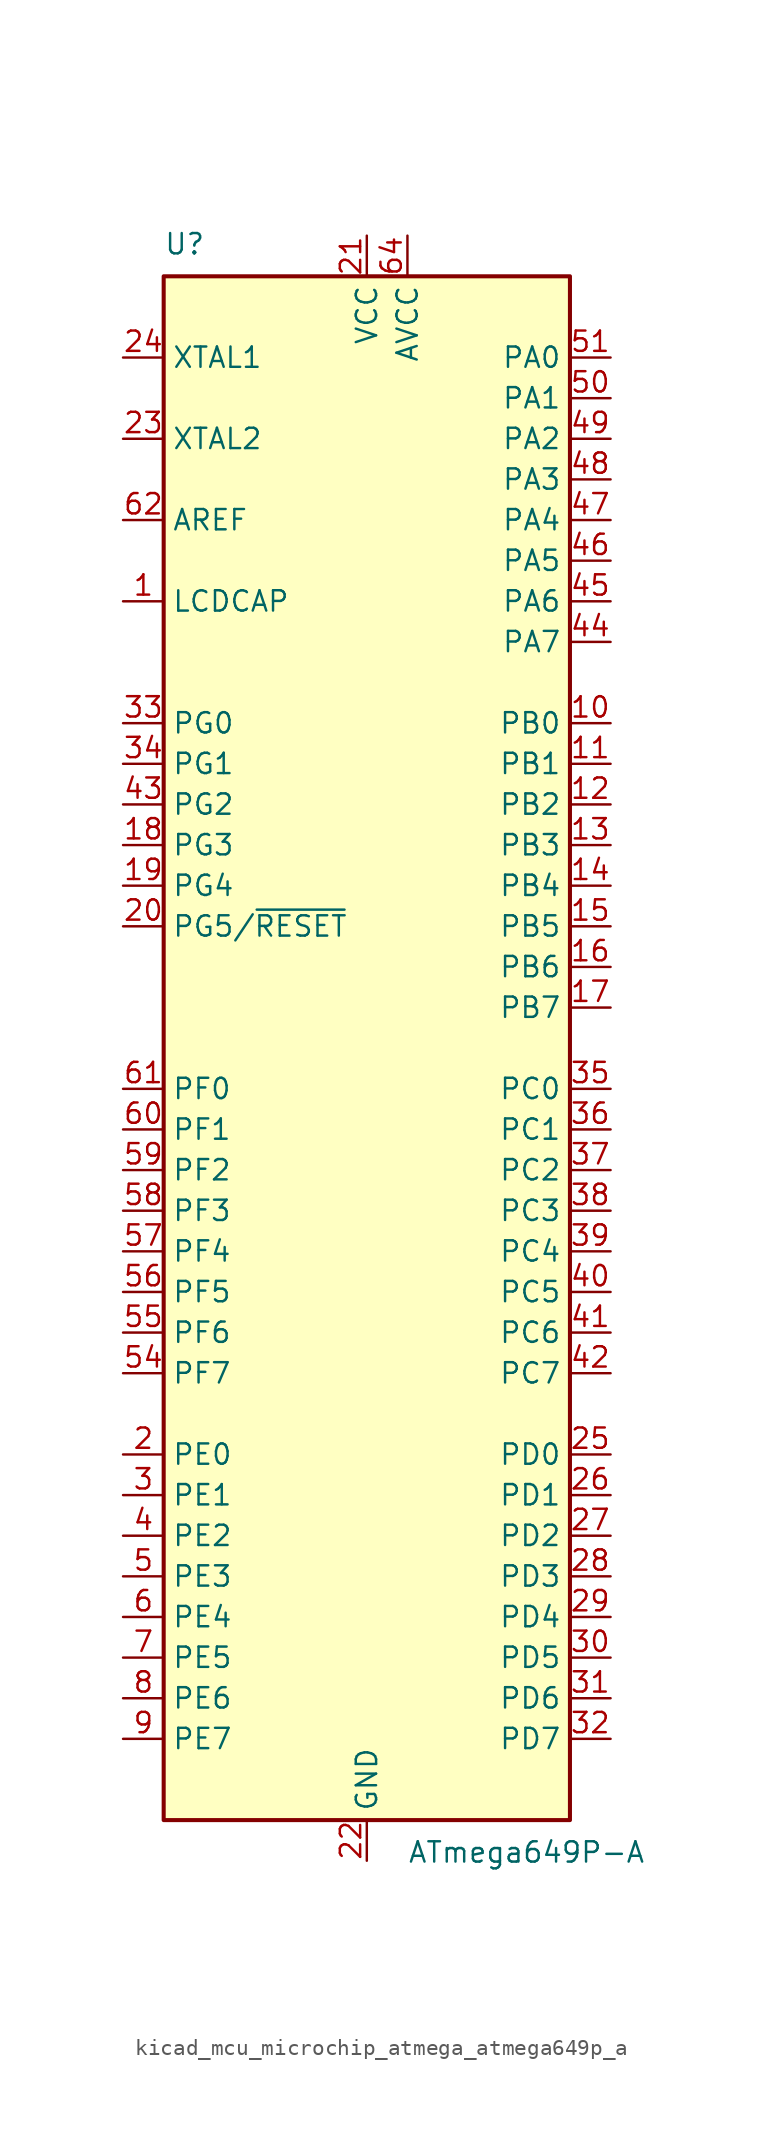
<source format=kicad_sym>
(kicad_symbol_lib
  (version 20220914)
  (generator kicad_symbol_editor)
  (symbol "kicad_mcu_microchip_atmega_atmega649p_a"
    (property "Reference" "U"
      (at -12.7 49.53 0)
      (effects (font (size 1.27 1.27)) (justify left bottom)))
    (property "Value" "ATmega649P-A"
      (at 2.54 -49.53 0)
      (effects (font (size 1.27 1.27)) (justify left top)))
    (symbol "kicad_mcu_microchip_atmega_atmega649p_a_0_1"
      (rectangle (start -12.7 -48.26) (end 12.7 48.26) (stroke (width 0.254) (type default)) (fill (type background))))
    (symbol "kicad_mcu_microchip_atmega_atmega649p_a_1_1"
      (pin passive line (at -15.24 27.94 0) (length 2.54) (name "LCDCAP" (effects (font (size 1.27 1.27)))) (number "1" (effects (font (size 1.27 1.27)))))
      (pin bidirectional line (at 15.24 20.32 180) (length 2.54) (name "PB0" (effects (font (size 1.27 1.27)))) (number "10" (effects (font (size 1.27 1.27)))))
      (pin bidirectional line (at 15.24 17.78 180) (length 2.54) (name "PB1" (effects (font (size 1.27 1.27)))) (number "11" (effects (font (size 1.27 1.27)))))
      (pin bidirectional line (at 15.24 15.24 180) (length 2.54) (name "PB2" (effects (font (size 1.27 1.27)))) (number "12" (effects (font (size 1.27 1.27)))))
      (pin bidirectional line (at 15.24 12.7 180) (length 2.54) (name "PB3" (effects (font (size 1.27 1.27)))) (number "13" (effects (font (size 1.27 1.27)))))
      (pin bidirectional line (at 15.24 10.16 180) (length 2.54) (name "PB4" (effects (font (size 1.27 1.27)))) (number "14" (effects (font (size 1.27 1.27)))))
      (pin bidirectional line (at 15.24 7.62 180) (length 2.54) (name "PB5" (effects (font (size 1.27 1.27)))) (number "15" (effects (font (size 1.27 1.27)))))
      (pin bidirectional line (at 15.24 5.08 180) (length 2.54) (name "PB6" (effects (font (size 1.27 1.27)))) (number "16" (effects (font (size 1.27 1.27)))))
      (pin bidirectional line (at 15.24 2.54 180) (length 2.54) (name "PB7" (effects (font (size 1.27 1.27)))) (number "17" (effects (font (size 1.27 1.27)))))
      (pin bidirectional line (at -15.24 12.7 0) (length 2.54) (name "PG3" (effects (font (size 1.27 1.27)))) (number "18" (effects (font (size 1.27 1.27)))))
      (pin bidirectional line (at -15.24 10.16 0) (length 2.54) (name "PG4" (effects (font (size 1.27 1.27)))) (number "19" (effects (font (size 1.27 1.27)))))
      (pin bidirectional line (at -15.24 -25.4 0) (length 2.54) (name "PE0" (effects (font (size 1.27 1.27)))) (number "2" (effects (font (size 1.27 1.27)))))
      (pin bidirectional line (at -15.24 7.62 0) (length 2.54) (name "PG5/~{RESET}" (effects (font (size 1.27 1.27)))) (number "20" (effects (font (size 1.27 1.27)))))
      (pin power_in line (at 0 50.8 270) (length 2.54) (name "VCC" (effects (font (size 1.27 1.27)))) (number "21" (effects (font (size 1.27 1.27)))))
      (pin power_in line (at 0 -50.8 90) (length 2.54) (name "GND" (effects (font (size 1.27 1.27)))) (number "22" (effects (font (size 1.27 1.27)))))
      (pin output line (at -15.24 38.1 0) (length 2.54) (name "XTAL2" (effects (font (size 1.27 1.27)))) (number "23" (effects (font (size 1.27 1.27)))))
      (pin input line (at -15.24 43.18 0) (length 2.54) (name "XTAL1" (effects (font (size 1.27 1.27)))) (number "24" (effects (font (size 1.27 1.27)))))
      (pin bidirectional line (at 15.24 -25.4 180) (length 2.54) (name "PD0" (effects (font (size 1.27 1.27)))) (number "25" (effects (font (size 1.27 1.27)))))
      (pin bidirectional line (at 15.24 -27.94 180) (length 2.54) (name "PD1" (effects (font (size 1.27 1.27)))) (number "26" (effects (font (size 1.27 1.27)))))
      (pin bidirectional line (at 15.24 -30.48 180) (length 2.54) (name "PD2" (effects (font (size 1.27 1.27)))) (number "27" (effects (font (size 1.27 1.27)))))
      (pin bidirectional line (at 15.24 -33.02 180) (length 2.54) (name "PD3" (effects (font (size 1.27 1.27)))) (number "28" (effects (font (size 1.27 1.27)))))
      (pin bidirectional line (at 15.24 -35.56 180) (length 2.54) (name "PD4" (effects (font (size 1.27 1.27)))) (number "29" (effects (font (size 1.27 1.27)))))
      (pin bidirectional line (at -15.24 -27.94 0) (length 2.54) (name "PE1" (effects (font (size 1.27 1.27)))) (number "3" (effects (font (size 1.27 1.27)))))
      (pin bidirectional line (at 15.24 -38.1 180) (length 2.54) (name "PD5" (effects (font (size 1.27 1.27)))) (number "30" (effects (font (size 1.27 1.27)))))
      (pin bidirectional line (at 15.24 -40.64 180) (length 2.54) (name "PD6" (effects (font (size 1.27 1.27)))) (number "31" (effects (font (size 1.27 1.27)))))
      (pin bidirectional line (at 15.24 -43.18 180) (length 2.54) (name "PD7" (effects (font (size 1.27 1.27)))) (number "32" (effects (font (size 1.27 1.27)))))
      (pin bidirectional line (at -15.24 20.32 0) (length 2.54) (name "PG0" (effects (font (size 1.27 1.27)))) (number "33" (effects (font (size 1.27 1.27)))))
      (pin bidirectional line (at -15.24 17.78 0) (length 2.54) (name "PG1" (effects (font (size 1.27 1.27)))) (number "34" (effects (font (size 1.27 1.27)))))
      (pin bidirectional line (at 15.24 -2.54 180) (length 2.54) (name "PC0" (effects (font (size 1.27 1.27)))) (number "35" (effects (font (size 1.27 1.27)))))
      (pin bidirectional line (at 15.24 -5.08 180) (length 2.54) (name "PC1" (effects (font (size 1.27 1.27)))) (number "36" (effects (font (size 1.27 1.27)))))
      (pin bidirectional line (at 15.24 -7.62 180) (length 2.54) (name "PC2" (effects (font (size 1.27 1.27)))) (number "37" (effects (font (size 1.27 1.27)))))
      (pin bidirectional line (at 15.24 -10.16 180) (length 2.54) (name "PC3" (effects (font (size 1.27 1.27)))) (number "38" (effects (font (size 1.27 1.27)))))
      (pin bidirectional line (at 15.24 -12.7 180) (length 2.54) (name "PC4" (effects (font (size 1.27 1.27)))) (number "39" (effects (font (size 1.27 1.27)))))
      (pin bidirectional line (at -15.24 -30.48 0) (length 2.54) (name "PE2" (effects (font (size 1.27 1.27)))) (number "4" (effects (font (size 1.27 1.27)))))
      (pin bidirectional line (at 15.24 -15.24 180) (length 2.54) (name "PC5" (effects (font (size 1.27 1.27)))) (number "40" (effects (font (size 1.27 1.27)))))
      (pin bidirectional line (at 15.24 -17.78 180) (length 2.54) (name "PC6" (effects (font (size 1.27 1.27)))) (number "41" (effects (font (size 1.27 1.27)))))
      (pin bidirectional line (at 15.24 -20.32 180) (length 2.54) (name "PC7" (effects (font (size 1.27 1.27)))) (number "42" (effects (font (size 1.27 1.27)))))
      (pin bidirectional line (at -15.24 15.24 0) (length 2.54) (name "PG2" (effects (font (size 1.27 1.27)))) (number "43" (effects (font (size 1.27 1.27)))))
      (pin bidirectional line (at 15.24 25.4 180) (length 2.54) (name "PA7" (effects (font (size 1.27 1.27)))) (number "44" (effects (font (size 1.27 1.27)))))
      (pin bidirectional line (at 15.24 27.94 180) (length 2.54) (name "PA6" (effects (font (size 1.27 1.27)))) (number "45" (effects (font (size 1.27 1.27)))))
      (pin bidirectional line (at 15.24 30.48 180) (length 2.54) (name "PA5" (effects (font (size 1.27 1.27)))) (number "46" (effects (font (size 1.27 1.27)))))
      (pin bidirectional line (at 15.24 33.02 180) (length 2.54) (name "PA4" (effects (font (size 1.27 1.27)))) (number "47" (effects (font (size 1.27 1.27)))))
      (pin bidirectional line (at 15.24 35.56 180) (length 2.54) (name "PA3" (effects (font (size 1.27 1.27)))) (number "48" (effects (font (size 1.27 1.27)))))
      (pin bidirectional line (at 15.24 38.1 180) (length 2.54) (name "PA2" (effects (font (size 1.27 1.27)))) (number "49" (effects (font (size 1.27 1.27)))))
      (pin bidirectional line (at -15.24 -33.02 0) (length 2.54) (name "PE3" (effects (font (size 1.27 1.27)))) (number "5" (effects (font (size 1.27 1.27)))))
      (pin bidirectional line (at 15.24 40.64 180) (length 2.54) (name "PA1" (effects (font (size 1.27 1.27)))) (number "50" (effects (font (size 1.27 1.27)))))
      (pin bidirectional line (at 15.24 43.18 180) (length 2.54) (name "PA0" (effects (font (size 1.27 1.27)))) (number "51" (effects (font (size 1.27 1.27)))))
      (pin passive line (at 0 50.8 270) (length 2.54) hide (name "VCC" (effects (font (size 1.27 1.27)))) (number "52" (effects (font (size 1.27 1.27)))))
      (pin passive line (at 0 -50.8 90) (length 2.54) hide (name "GND" (effects (font (size 1.27 1.27)))) (number "53" (effects (font (size 1.27 1.27)))))
      (pin bidirectional line (at -15.24 -20.32 0) (length 2.54) (name "PF7" (effects (font (size 1.27 1.27)))) (number "54" (effects (font (size 1.27 1.27)))))
      (pin bidirectional line (at -15.24 -17.78 0) (length 2.54) (name "PF6" (effects (font (size 1.27 1.27)))) (number "55" (effects (font (size 1.27 1.27)))))
      (pin bidirectional line (at -15.24 -15.24 0) (length 2.54) (name "PF5" (effects (font (size 1.27 1.27)))) (number "56" (effects (font (size 1.27 1.27)))))
      (pin bidirectional line (at -15.24 -12.7 0) (length 2.54) (name "PF4" (effects (font (size 1.27 1.27)))) (number "57" (effects (font (size 1.27 1.27)))))
      (pin bidirectional line (at -15.24 -10.16 0) (length 2.54) (name "PF3" (effects (font (size 1.27 1.27)))) (number "58" (effects (font (size 1.27 1.27)))))
      (pin bidirectional line (at -15.24 -7.62 0) (length 2.54) (name "PF2" (effects (font (size 1.27 1.27)))) (number "59" (effects (font (size 1.27 1.27)))))
      (pin bidirectional line (at -15.24 -35.56 0) (length 2.54) (name "PE4" (effects (font (size 1.27 1.27)))) (number "6" (effects (font (size 1.27 1.27)))))
      (pin bidirectional line (at -15.24 -5.08 0) (length 2.54) (name "PF1" (effects (font (size 1.27 1.27)))) (number "60" (effects (font (size 1.27 1.27)))))
      (pin bidirectional line (at -15.24 -2.54 0) (length 2.54) (name "PF0" (effects (font (size 1.27 1.27)))) (number "61" (effects (font (size 1.27 1.27)))))
      (pin passive line (at -15.24 33.02 0) (length 2.54) (name "AREF" (effects (font (size 1.27 1.27)))) (number "62" (effects (font (size 1.27 1.27)))))
      (pin passive line (at 0 -50.8 90) (length 2.54) hide (name "GND" (effects (font (size 1.27 1.27)))) (number "63" (effects (font (size 1.27 1.27)))))
      (pin power_in line (at 2.54 50.8 270) (length 2.54) (name "AVCC" (effects (font (size 1.27 1.27)))) (number "64" (effects (font (size 1.27 1.27)))))
      (pin bidirectional line (at -15.24 -38.1 0) (length 2.54) (name "PE5" (effects (font (size 1.27 1.27)))) (number "7" (effects (font (size 1.27 1.27)))))
      (pin bidirectional line (at -15.24 -40.64 0) (length 2.54) (name "PE6" (effects (font (size 1.27 1.27)))) (number "8" (effects (font (size 1.27 1.27)))))
      (pin bidirectional line (at -15.24 -43.18 0) (length 2.54) (name "PE7" (effects (font (size 1.27 1.27)))) (number "9" (effects (font (size 1.27 1.27))))))))
</source>
